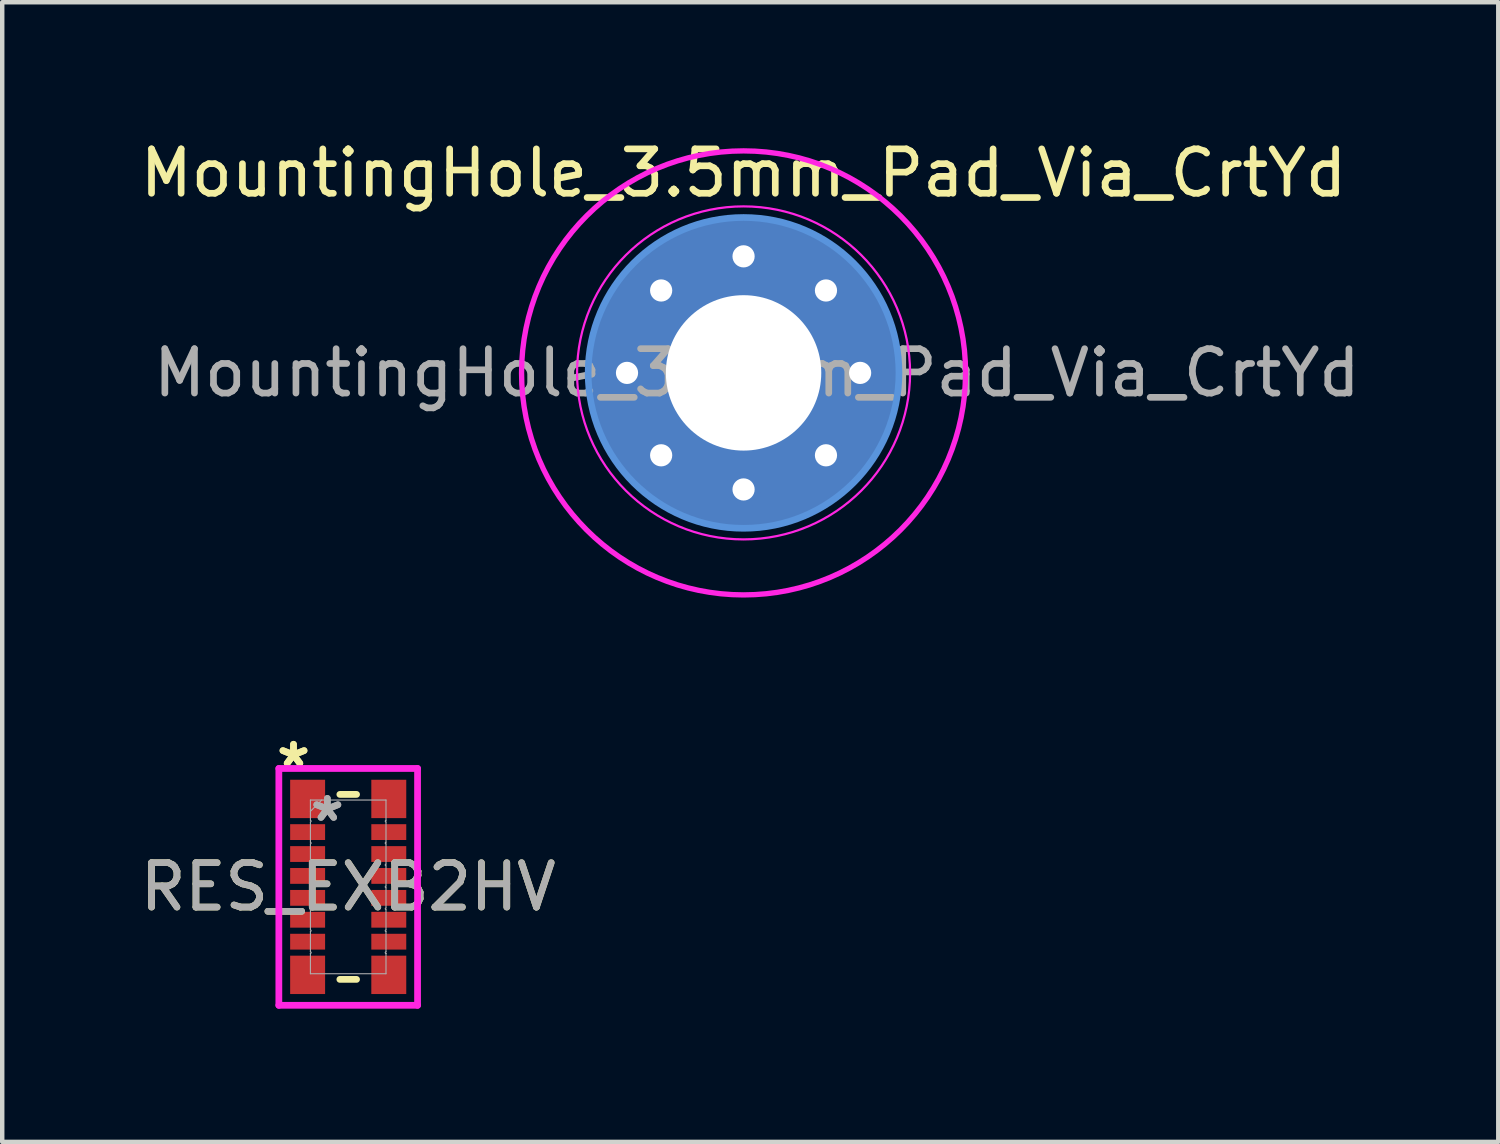
<source format=kicad_pcb>
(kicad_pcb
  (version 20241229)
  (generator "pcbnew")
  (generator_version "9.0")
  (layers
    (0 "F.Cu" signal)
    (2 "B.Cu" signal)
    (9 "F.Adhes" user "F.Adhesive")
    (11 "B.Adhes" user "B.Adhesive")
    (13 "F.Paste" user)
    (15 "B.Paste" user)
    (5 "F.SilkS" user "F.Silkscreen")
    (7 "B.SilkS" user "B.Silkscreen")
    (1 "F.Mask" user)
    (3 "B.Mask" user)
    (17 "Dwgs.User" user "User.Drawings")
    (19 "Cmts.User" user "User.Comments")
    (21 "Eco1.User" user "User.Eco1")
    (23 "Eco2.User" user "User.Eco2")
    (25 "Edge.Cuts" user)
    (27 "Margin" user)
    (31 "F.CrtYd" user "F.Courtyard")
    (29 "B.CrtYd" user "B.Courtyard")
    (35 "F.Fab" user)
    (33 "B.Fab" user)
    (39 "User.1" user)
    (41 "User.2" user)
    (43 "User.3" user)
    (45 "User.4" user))
  (footprint "RES_EXB2HV"
    (layer "F.Cu")
    (at 4.792 16.924)
    (property "Reference" "RES_EXB2HV" (at 0 0 0) (unlocked yes) (layer "F.SilkS") (effects (font (size 1 1) (thickness 0.15))))
    (attr smd)
    (fp_line (start -0.188 -2.083) (end 0.188 -2.083) (stroke (width 0.152) (type solid)) (layer "F.SilkS"))
    (fp_line (start -0.188 2.083) (end 0.188 2.083) (stroke (width 0.152) (type solid)) (layer "F.SilkS"))
    (fp_line (start -1.562 -2.667) (end 1.562 -2.667) (stroke (width 0.152) (type solid)) (layer "F.CrtYd"))
    (fp_line (start -1.562 2.667) (end -1.562 -2.667) (stroke (width 0.152) (type solid)) (layer "F.CrtYd"))
    (fp_line (start 1.562 -2.667) (end 1.562 2.667) (stroke (width 0.152) (type solid)) (layer "F.CrtYd"))
    (fp_line (start 1.562 2.667) (end -1.562 2.667) (stroke (width 0.152) (type solid)) (layer "F.CrtYd"))
    (fp_line (start -0.851 -1.956) (end 0.851 -1.956) (stroke (width 0.025) (type solid)) (layer "F.Fab"))
    (fp_line (start -0.851 -1.499) (end -0.851 -1.956) (stroke (width 0.025) (type solid)) (layer "F.Fab"))
    (fp_line (start -0.851 -1.462) (end -0.851 -1.005) (stroke (width 0.025) (type solid)) (layer "F.Fab"))
    (fp_line (start -0.851 -0.969) (end -0.851 -0.512) (stroke (width 0.025) (type solid)) (layer "F.Fab"))
    (fp_line (start -0.851 -0.475) (end -0.851 -0.018) (stroke (width 0.025) (type solid)) (layer "F.Fab"))
    (fp_line (start -0.851 0.018) (end -0.851 0.475) (stroke (width 0.025) (type solid)) (layer "F.Fab"))
    (fp_line (start -0.851 0.512) (end -0.851 0.969) (stroke (width 0.025) (type solid)) (layer "F.Fab"))
    (fp_line (start -0.851 1.005) (end -0.851 1.463) (stroke (width 0.025) (type solid)) (layer "F.Fab"))
    (fp_line (start -0.851 1.499) (end -0.851 1.956) (stroke (width 0.025) (type solid)) (layer "F.Fab"))
    (fp_line (start -0.851 1.499) (end -0.851 1.499) (stroke (width 0.025) (type solid)) (layer "F.Fab"))
    (fp_line (start -0.851 1.956) (end 0.851 1.956) (stroke (width 0.025) (type solid)) (layer "F.Fab"))
    (fp_line (start -0.597 -1.956) (end -0.851 -1.702) (stroke (width 0.025) (type solid)) (layer "F.Fab"))
    (fp_line (start 0.851 -1.499) (end 0.851 -1.956) (stroke (width 0.025) (type solid)) (layer "F.Fab"))
    (fp_line (start 0.851 -1.462) (end 0.851 -1.005) (stroke (width 0.025) (type solid)) (layer "F.Fab"))
    (fp_line (start 0.851 -0.969) (end 0.851 -0.512) (stroke (width 0.025) (type solid)) (layer "F.Fab"))
    (fp_line (start 0.851 -0.475) (end 0.851 -0.018) (stroke (width 0.025) (type solid)) (layer "F.Fab"))
    (fp_line (start 0.851 0.018) (end 0.851 0.475) (stroke (width 0.025) (type solid)) (layer "F.Fab"))
    (fp_line (start 0.851 0.512) (end 0.851 0.969) (stroke (width 0.025) (type solid)) (layer "F.Fab"))
    (fp_line (start 0.851 1.005) (end 0.851 1.463) (stroke (width 0.025) (type solid)) (layer "F.Fab"))
    (fp_line (start 0.851 1.499) (end 0.851 1.956) (stroke (width 0.025) (type solid)) (layer "F.Fab"))
    (fp_line (start 0.851 1.499) (end 0.851 1.499) (stroke (width 0.025) (type solid)) (layer "F.Fab"))
    (fp_arc (start -0.8509 -1.4986) (mid -0.832739 -1.480439) (end -0.8509 -1.462278) (stroke (width 0.0254) (type solid)) (layer "F.Fab"))
    (fp_arc (start -0.8509 -1.005078) (mid -0.832739 -0.986917) (end -0.8509 -0.968756) (stroke (width 0.0254) (type solid)) (layer "F.Fab"))
    (fp_arc (start -0.8509 -0.511556) (mid -0.832739 -0.493395) (end -0.8509 -0.475234) (stroke (width 0.0254) (type solid)) (layer "F.Fab"))
    (fp_arc (start -0.8509 -0.018034) (mid -0.832739 0.000127) (end -0.8509 0.018288) (stroke (width 0.0254) (type solid)) (layer "F.Fab"))
    (fp_arc (start -0.8509 0.475488) (mid -0.832739 0.493649) (end -0.8509 0.51181) (stroke (width 0.0254) (type solid)) (layer "F.Fab"))
    (fp_arc (start -0.8509 0.96901) (mid -0.832739 0.987171) (end -0.8509 1.005332) (stroke (width 0.0254) (type solid)) (layer "F.Fab"))
    (fp_arc (start -0.8509 1.462532) (mid -0.832739 1.480693) (end -0.8509 1.498854) (stroke (width 0.0254) (type solid)) (layer "F.Fab"))
    (fp_arc (start 0.8509 -1.462278) (mid 0.832739 -1.480439) (end 0.8509 -1.4986) (stroke (width 0.0254) (type solid)) (layer "F.Fab"))
    (fp_arc (start 0.8509 -0.968756) (mid 0.832739 -0.986917) (end 0.8509 -1.005078) (stroke (width 0.0254) (type solid)) (layer "F.Fab"))
    (fp_arc (start 0.8509 -0.475234) (mid 0.832739 -0.493395) (end 0.8509 -0.511556) (stroke (width 0.0254) (type solid)) (layer "F.Fab"))
    (fp_arc (start 0.8509 0.018288) (mid 0.832739 0.000127) (end 0.8509 -0.018034) (stroke (width 0.0254) (type solid)) (layer "F.Fab"))
    (fp_arc (start 0.8509 0.51181) (mid 0.832739 0.493649) (end 0.8509 0.475488) (stroke (width 0.0254) (type solid)) (layer "F.Fab"))
    (fp_arc (start 0.8509 1.005332) (mid 0.832739 0.987171) (end 0.8509 0.96901) (stroke (width 0.0254) (type solid)) (layer "F.Fab"))
    (fp_arc (start 0.8509 1.498854) (mid 0.832739 1.480693) (end 0.8509 1.462532) (stroke (width 0.0254) (type solid)) (layer "F.Fab"))
    (fp_text user "*" (at -1.232 -2.667 0) (layer "F.SilkS") (effects (font (size 1 1) (thickness 0.15))))
    (fp_text user "*" (at -1.232 -2.667 0) (unlocked yes) (layer "F.SilkS") (effects (font (size 1 1) (thickness 0.15))))
    (fp_text user "${REFERENCE}" (at 0 0 0) (unlocked yes) (layer "F.Fab") (effects (font (size 1 1) (thickness 0.15))))
    (fp_text user "*" (at -0.47 -1.448 0) (layer "F.Fab") (effects (font (size 1 1) (thickness 0.15))))
    (fp_text user "*" (at -0.47 -1.448 0) (unlocked yes) (layer "F.Fab") (effects (font (size 1 1) (thickness 0.15))))
    (pad "1" smd rect (at -0.914 -1.981) (size 0.787 0.864) (layers "F.Cu" "F.Mask" "F.Paste"))
    (pad "2" smd rect (at -0.914 -1.234) (size 0.787 0.356) (layers "F.Cu" "F.Mask" "F.Paste"))
    (pad "3" smd rect (at -0.914 -0.74) (size 0.787 0.356) (layers "F.Cu" "F.Mask" "F.Paste"))
    (pad "4" smd rect (at -0.914 -0.247) (size 0.787 0.356) (layers "F.Cu" "F.Mask" "F.Paste"))
    (pad "5" smd rect (at -0.914 0.247) (size 0.787 0.356) (layers "F.Cu" "F.Mask" "F.Paste"))
    (pad "6" smd rect (at -0.914 0.74) (size 0.787 0.356) (layers "F.Cu" "F.Mask" "F.Paste"))
    (pad "7" smd rect (at -0.914 1.234) (size 0.787 0.356) (layers "F.Cu" "F.Mask" "F.Paste"))
    (pad "8" smd rect (at -0.914 1.981) (size 0.787 0.864) (layers "F.Cu" "F.Mask" "F.Paste"))
    (pad "9" smd rect (at 0.914 1.981) (size 0.787 0.864) (layers "F.Cu" "F.Mask" "F.Paste"))
    (pad "10" smd rect (at 0.914 1.234) (size 0.787 0.356) (layers "F.Cu" "F.Mask" "F.Paste"))
    (pad "11" smd rect (at 0.914 0.74) (size 0.787 0.356) (layers "F.Cu" "F.Mask" "F.Paste"))
    (pad "12" smd rect (at 0.914 0.247) (size 0.787 0.356) (layers "F.Cu" "F.Mask" "F.Paste"))
    (pad "13" smd rect (at 0.914 -0.247) (size 0.787 0.356) (layers "F.Cu" "F.Mask" "F.Paste"))
    (pad "14" smd rect (at 0.914 -0.74) (size 0.787 0.356) (layers "F.Cu" "F.Mask" "F.Paste"))
    (pad "15" smd rect (at 0.914 -1.234) (size 0.787 0.356) (layers "F.Cu" "F.Mask" "F.Paste"))
    (pad "16" smd rect (at 0.914 -1.981) (size 0.787 0.864) (layers "F.Cu" "F.Mask" "F.Paste")))
  (footprint "MountingHole_3.5mm_Pad_Via_CrtYd"
    (layer "F.Cu")
    (at 13.696 5.348)
    (property "Reference" "MountingHole_3.5mm_Pad_Via_CrtYd" (at 0 -4.5 0) (layer "F.SilkS") (effects (font (size 1 1) (thickness 0.15))))
    (attr exclude_from_pos_files exclude_from_bom)
    (fp_circle (center 0 0) (end 3.5 0) (stroke (width 0.15) (type solid)) (fill no) (layer "Cmts.User"))
    (fp_circle (center 0 0) (end 3.75 0) (stroke (width 0.05) (type solid)) (fill no) (layer "F.CrtYd"))
    (fp_circle (center 0 0) (end 5 0) (stroke (width 0.12) (type solid)) (fill no) (layer "F.CrtYd"))
    (fp_text user "${REFERENCE}" (at 0.3 0 0) (layer "F.Fab") (effects (font (size 1 1) (thickness 0.15))))
    (pad "1" thru_hole circle (at -2.625 0) (size 0.8 0.8) (drill 0.5) (layers "*.Cu" "*.Mask"))
    (pad "1" thru_hole circle (at -1.856 -1.856) (size 0.8 0.8) (drill 0.5) (layers "*.Cu" "*.Mask"))
    (pad "1" thru_hole circle (at -1.856 1.856) (size 0.8 0.8) (drill 0.5) (layers "*.Cu" "*.Mask"))
    (pad "1" thru_hole circle (at 0 -2.625) (size 0.8 0.8) (drill 0.5) (layers "*.Cu" "*.Mask"))
    (pad "1" thru_hole circle (at 0 0) (size 7 7) (drill 3.5) (layers "*.Cu" "*.Mask"))
    (pad "1" thru_hole circle (at 0 2.625) (size 0.8 0.8) (drill 0.5) (layers "*.Cu" "*.Mask"))
    (pad "1" thru_hole circle (at 1.856 -1.856) (size 0.8 0.8) (drill 0.5) (layers "*.Cu" "*.Mask"))
    (pad "1" thru_hole circle (at 1.856 1.856) (size 0.8 0.8) (drill 0.5) (layers "*.Cu" "*.Mask"))
    (pad "1" thru_hole circle (at 2.625 0) (size 0.8 0.8) (drill 0.5) (layers "*.Cu" "*.Mask")))
  (gr_rect
    (start -3 -3)
    (end 30.693 22.667)
    (stroke (width 0.1) (type default))
    (fill no)
    (layer "Edge.Cuts")))
</source>
